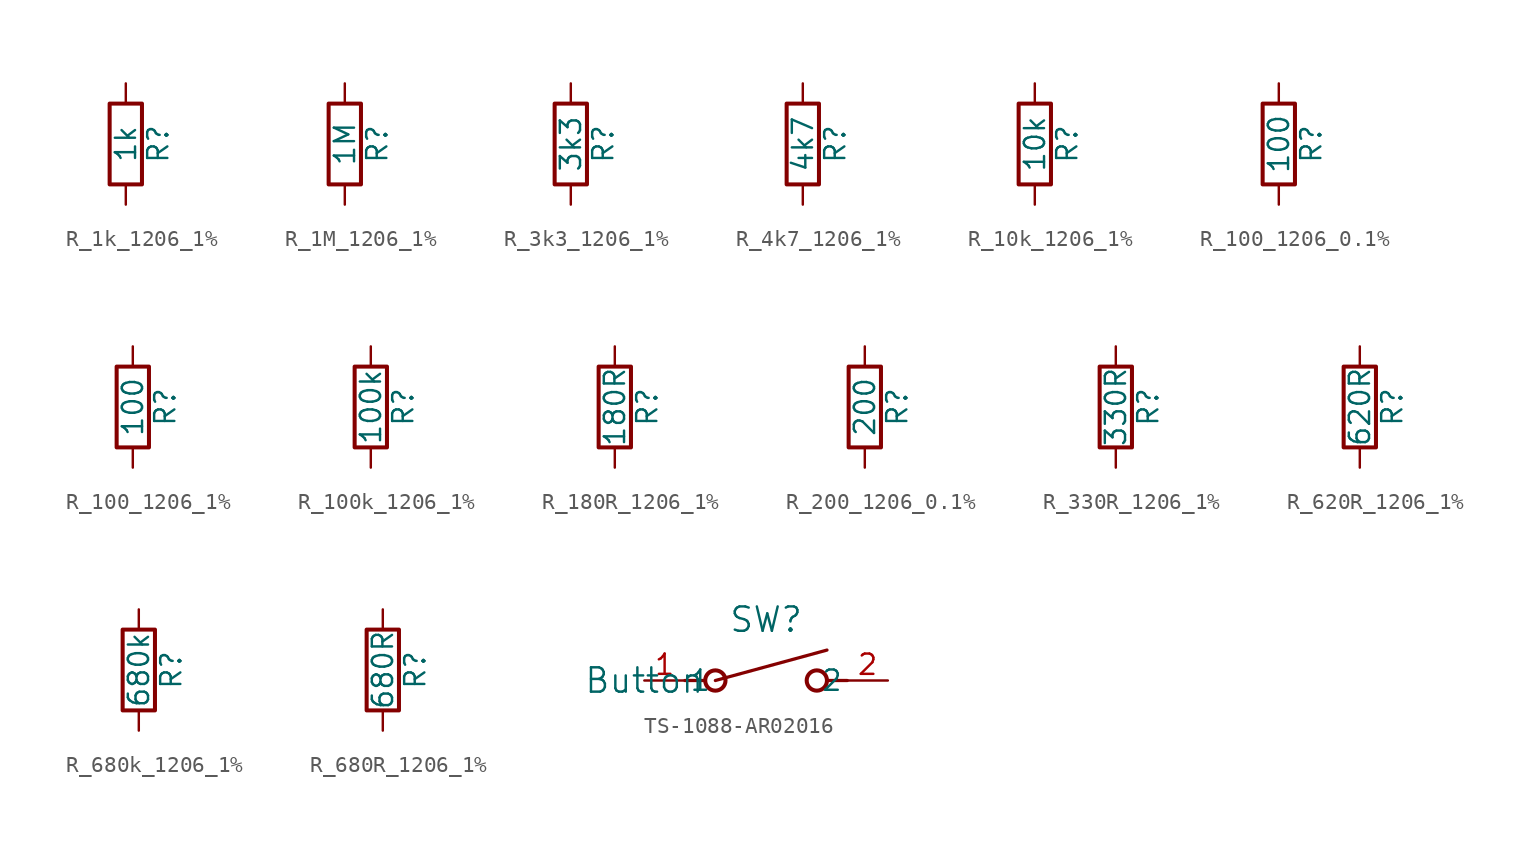
<source format=kicad_sym>
(kicad_symbol_lib
  (version 20231120)
  (generator "kicad_symbol_editor")
  (generator_version "8.0")
  (symbol "R_1k_1206_1%"
    (pin_numbers hide)
    (pin_names
      (offset 0))
    (property "Reference" "R"
      (at 2.032 0 90)
      (effects (font (size 1.27 1.27))))
    (property "Value" "1k"
      (at 0 0 90)
      (effects (font (size 1.27 1.27))))
    (symbol "R_1k_1206_1%_0_1"
      (rectangle (start -1.016 -2.54) (end 1.016 2.54) (stroke (width 0.254) (type default)) (fill (type none))))
    (symbol "R_1k_1206_1%_1_1"
      (pin passive line (at 0 3.81 270) (length 1.27) (name "~" (effects (font (size 1.27 1.27)))) (number "1" (effects (font (size 1.27 1.27)))))
      (pin passive line (at 0 -3.81 90) (length 1.27) (name "~" (effects (font (size 1.27 1.27)))) (number "2" (effects (font (size 1.27 1.27)))))))
  (symbol "R_1M_1206_1%"
    (pin_numbers hide)
    (pin_names
      (offset 0))
    (property "Reference" "R"
      (at 2.032 0 90)
      (effects (font (size 1.27 1.27))))
    (property "Value" "1M"
      (at 0 0 90)
      (effects (font (size 1.27 1.27))))
    (symbol "R_1M_1206_1%_0_1"
      (rectangle (start -1.016 -2.54) (end 1.016 2.54) (stroke (width 0.254) (type default)) (fill (type none))))
    (symbol "R_1M_1206_1%_1_1"
      (pin passive line (at 0 3.81 270) (length 1.27) (name "~" (effects (font (size 1.27 1.27)))) (number "1" (effects (font (size 1.27 1.27)))))
      (pin passive line (at 0 -3.81 90) (length 1.27) (name "~" (effects (font (size 1.27 1.27)))) (number "2" (effects (font (size 1.27 1.27)))))))
  (symbol "R_3k3_1206_1%"
    (pin_numbers hide)
    (pin_names
      (offset 0))
    (property "Reference" "R"
      (at 2.032 0 90)
      (effects (font (size 1.27 1.27))))
    (property "Value" "3k3"
      (at 0 0 90)
      (effects (font (size 1.27 1.27))))
    (symbol "R_3k3_1206_1%_0_1"
      (rectangle (start -1.016 -2.54) (end 1.016 2.54) (stroke (width 0.254) (type default)) (fill (type none))))
    (symbol "R_3k3_1206_1%_1_1"
      (pin passive line (at 0 3.81 270) (length 1.27) (name "~" (effects (font (size 1.27 1.27)))) (number "1" (effects (font (size 1.27 1.27)))))
      (pin passive line (at 0 -3.81 90) (length 1.27) (name "~" (effects (font (size 1.27 1.27)))) (number "2" (effects (font (size 1.27 1.27)))))))
  (symbol "R_4k7_1206_1%"
    (pin_numbers hide)
    (pin_names
      (offset 0))
    (property "Reference" "R"
      (at 2.032 0 90)
      (effects (font (size 1.27 1.27))))
    (property "Value" "4k7"
      (at 0 0 90)
      (effects (font (size 1.27 1.27))))
    (symbol "R_4k7_1206_1%_0_1"
      (rectangle (start -1.016 -2.54) (end 1.016 2.54) (stroke (width 0.254) (type default)) (fill (type none))))
    (symbol "R_4k7_1206_1%_1_1"
      (pin passive line (at 0 3.81 270) (length 1.27) (name "~" (effects (font (size 1.27 1.27)))) (number "1" (effects (font (size 1.27 1.27)))))
      (pin passive line (at 0 -3.81 90) (length 1.27) (name "~" (effects (font (size 1.27 1.27)))) (number "2" (effects (font (size 1.27 1.27)))))))
  (symbol "R_10k_1206_1%"
    (pin_numbers hide)
    (pin_names
      (offset 0))
    (property "Reference" "R"
      (at 2.032 0 90)
      (effects (font (size 1.27 1.27))))
    (property "Value" "10k"
      (at 0 0 90)
      (effects (font (size 1.27 1.27))))
    (symbol "R_10k_1206_1%_0_1"
      (rectangle (start -1.016 -2.54) (end 1.016 2.54) (stroke (width 0.254) (type default)) (fill (type none))))
    (symbol "R_10k_1206_1%_1_1"
      (pin passive line (at 0 3.81 270) (length 1.27) (name "~" (effects (font (size 1.27 1.27)))) (number "1" (effects (font (size 1.27 1.27)))))
      (pin passive line (at 0 -3.81 90) (length 1.27) (name "~" (effects (font (size 1.27 1.27)))) (number "2" (effects (font (size 1.27 1.27)))))))
  (symbol "R_100_1206_0.1%"
    (pin_numbers hide)
    (pin_names
      (offset 0))
    (property "Reference" "R"
      (at 2.032 0 90)
      (effects (font (size 1.27 1.27))))
    (property "Value" "100"
      (at 0 0 90)
      (effects (font (size 1.27 1.27))))
    (symbol "R_100_1206_0.1%_0_1"
      (rectangle (start -1.016 -2.54) (end 1.016 2.54) (stroke (width 0.254) (type default)) (fill (type none))))
    (symbol "R_100_1206_0.1%_1_1"
      (pin passive line (at 0 3.81 270) (length 1.27) (name "~" (effects (font (size 1.27 1.27)))) (number "1" (effects (font (size 1.27 1.27)))))
      (pin passive line (at 0 -3.81 90) (length 1.27) (name "~" (effects (font (size 1.27 1.27)))) (number "2" (effects (font (size 1.27 1.27)))))))
  (symbol "R_100_1206_1%"
    (pin_numbers hide)
    (pin_names
      (offset 0))
    (property "Reference" "R"
      (at 2.032 0 90)
      (effects (font (size 1.27 1.27))))
    (property "Value" "100"
      (at 0 0 90)
      (effects (font (size 1.27 1.27))))
    (symbol "R_100_1206_1%_0_1"
      (rectangle (start -1.016 -2.54) (end 1.016 2.54) (stroke (width 0.254) (type default)) (fill (type none))))
    (symbol "R_100_1206_1%_1_1"
      (pin passive line (at 0 3.81 270) (length 1.27) (name "~" (effects (font (size 1.27 1.27)))) (number "1" (effects (font (size 1.27 1.27)))))
      (pin passive line (at 0 -3.81 90) (length 1.27) (name "~" (effects (font (size 1.27 1.27)))) (number "2" (effects (font (size 1.27 1.27)))))))
  (symbol "R_100k_1206_1%"
    (pin_numbers hide)
    (pin_names
      (offset 0))
    (property "Reference" "R"
      (at 2.032 0 90)
      (effects (font (size 1.27 1.27))))
    (property "Value" "100k"
      (at 0 0 90)
      (effects (font (size 1.27 1.27))))
    (symbol "R_100k_1206_1%_0_1"
      (rectangle (start -1.016 -2.54) (end 1.016 2.54) (stroke (width 0.254) (type default)) (fill (type none))))
    (symbol "R_100k_1206_1%_1_1"
      (pin passive line (at 0 3.81 270) (length 1.27) (name "~" (effects (font (size 1.27 1.27)))) (number "1" (effects (font (size 1.27 1.27)))))
      (pin passive line (at 0 -3.81 90) (length 1.27) (name "~" (effects (font (size 1.27 1.27)))) (number "2" (effects (font (size 1.27 1.27)))))))
  (symbol "R_180R_1206_1%"
    (pin_numbers hide)
    (pin_names
      (offset 0))
    (property "Reference" "R"
      (at 2.032 0 90)
      (effects (font (size 1.27 1.27))))
    (property "Value" "180R"
      (at 0 0 90)
      (effects (font (size 1.27 1.27))))
    (symbol "R_180R_1206_1%_0_1"
      (rectangle (start -1.016 -2.54) (end 1.016 2.54) (stroke (width 0.254) (type default)) (fill (type none))))
    (symbol "R_180R_1206_1%_1_1"
      (pin passive line (at 0 3.81 270) (length 1.27) (name "~" (effects (font (size 1.27 1.27)))) (number "1" (effects (font (size 1.27 1.27)))))
      (pin passive line (at 0 -3.81 90) (length 1.27) (name "~" (effects (font (size 1.27 1.27)))) (number "2" (effects (font (size 1.27 1.27)))))))
  (symbol "R_200_1206_0.1%"
    (pin_numbers hide)
    (pin_names
      (offset 0))
    (property "Reference" "R"
      (at 2.032 0 90)
      (effects (font (size 1.27 1.27))))
    (property "Value" "200"
      (at 0 0 90)
      (effects (font (size 1.27 1.27))))
    (symbol "R_200_1206_0.1%_0_1"
      (rectangle (start -1.016 -2.54) (end 1.016 2.54) (stroke (width 0.254) (type default)) (fill (type none))))
    (symbol "R_200_1206_0.1%_1_1"
      (pin passive line (at 0 3.81 270) (length 1.27) (name "~" (effects (font (size 1.27 1.27)))) (number "1" (effects (font (size 1.27 1.27)))))
      (pin passive line (at 0 -3.81 90) (length 1.27) (name "~" (effects (font (size 1.27 1.27)))) (number "2" (effects (font (size 1.27 1.27)))))))
  (symbol "R_330R_1206_1%"
    (pin_numbers hide)
    (pin_names
      (offset 0))
    (property "Reference" "R"
      (at 2.032 0 90)
      (effects (font (size 1.27 1.27))))
    (property "Value" "330R"
      (at 0 0 90)
      (effects (font (size 1.27 1.27))))
    (symbol "R_330R_1206_1%_0_1"
      (rectangle (start -1.016 -2.54) (end 1.016 2.54) (stroke (width 0.254) (type default)) (fill (type none))))
    (symbol "R_330R_1206_1%_1_1"
      (pin passive line (at 0 3.81 270) (length 1.27) (name "~" (effects (font (size 1.27 1.27)))) (number "1" (effects (font (size 1.27 1.27)))))
      (pin passive line (at 0 -3.81 90) (length 1.27) (name "~" (effects (font (size 1.27 1.27)))) (number "2" (effects (font (size 1.27 1.27)))))))
  (symbol "R_620R_1206_1%"
    (pin_numbers hide)
    (pin_names
      (offset 0))
    (property "Reference" "R"
      (at 2.032 0 90)
      (effects (font (size 1.27 1.27))))
    (property "Value" "620R"
      (at 0 0 90)
      (effects (font (size 1.27 1.27))))
    (symbol "R_620R_1206_1%_0_1"
      (rectangle (start -1.016 -2.54) (end 1.016 2.54) (stroke (width 0.254) (type default)) (fill (type none))))
    (symbol "R_620R_1206_1%_1_1"
      (pin passive line (at 0 3.81 270) (length 1.27) (name "~" (effects (font (size 1.27 1.27)))) (number "1" (effects (font (size 1.27 1.27)))))
      (pin passive line (at 0 -3.81 90) (length 1.27) (name "~" (effects (font (size 1.27 1.27)))) (number "2" (effects (font (size 1.27 1.27)))))))
  (symbol "R_680k_1206_1%"
    (pin_numbers hide)
    (pin_names
      (offset 0))
    (property "Reference" "R"
      (at 2.032 0 90)
      (effects (font (size 1.27 1.27))))
    (property "Value" "680k"
      (at 0 0 90)
      (effects (font (size 1.27 1.27))))
    (symbol "R_680k_1206_1%_0_1"
      (rectangle (start -1.016 -2.54) (end 1.016 2.54) (stroke (width 0.254) (type default)) (fill (type none))))
    (symbol "R_680k_1206_1%_1_1"
      (pin passive line (at 0 3.81 270) (length 1.27) (name "~" (effects (font (size 1.27 1.27)))) (number "1" (effects (font (size 1.27 1.27)))))
      (pin passive line (at 0 -3.81 90) (length 1.27) (name "~" (effects (font (size 1.27 1.27)))) (number "2" (effects (font (size 1.27 1.27)))))))
  (symbol "R_680R_1206_1%"
    (pin_numbers hide)
    (pin_names
      (offset 0))
    (property "Reference" "R"
      (at 2.032 0 90)
      (effects (font (size 1.27 1.27))))
    (property "Value" "680R"
      (at 0 0 90)
      (effects (font (size 1.27 1.27))))
    (symbol "R_680R_1206_1%_0_1"
      (rectangle (start -1.016 -2.54) (end 1.016 2.54) (stroke (width 0.254) (type default)) (fill (type none))))
    (symbol "R_680R_1206_1%_1_1"
      (pin passive line (at 0 3.81 270) (length 1.27) (name "~" (effects (font (size 1.27 1.27)))) (number "1" (effects (font (size 1.27 1.27)))))
      (pin passive line (at 0 -3.81 90) (length 1.27) (name "~" (effects (font (size 1.27 1.27)))) (number "2" (effects (font (size 1.27 1.27)))))))
  (symbol "TS-1088-AR02016"
    (pin_names
      (offset 0.254))
    (property "Reference" "SW"
      (at 7.62 3.81 0)
      (effects (font (size 1.524 1.524))))
    (property "Value" "Button"
      (at 0 0 0)
      (effects (font (size 1.524 1.524))))
    (symbol "TS-1088-AR02016_0_1"
      (polyline (pts (xy 2.54 0) (xy 3.81 0)) (stroke (width 0.203) (type default)) (fill (type none)))
      (polyline (pts (xy 4.445 0) (xy 11.43 1.905)) (stroke (width 0.203) (type default)) (fill (type none)))
      (polyline (pts (xy 12.7 0) (xy 11.43 0)) (stroke (width 0.203) (type default)) (fill (type none)))
      (circle (center 4.445 0) (radius 0.635) (stroke (width 0.254) (type default)) (fill (type none)))
      (circle (center 10.795 0) (radius 0.635) (stroke (width 0.254) (type default)) (fill (type none)))
      (pin unspecified line (at 0 0 0) (length 2.54) (name "1" (effects (font (size 1.27 1.27)))) (number "1" (effects (font (size 1.27 1.27)))))
      (pin unspecified line (at 15.24 0 180) (length 2.54) (name "2" (effects (font (size 1.27 1.27)))) (number "2" (effects (font (size 1.27 1.27))))))))
</source>
